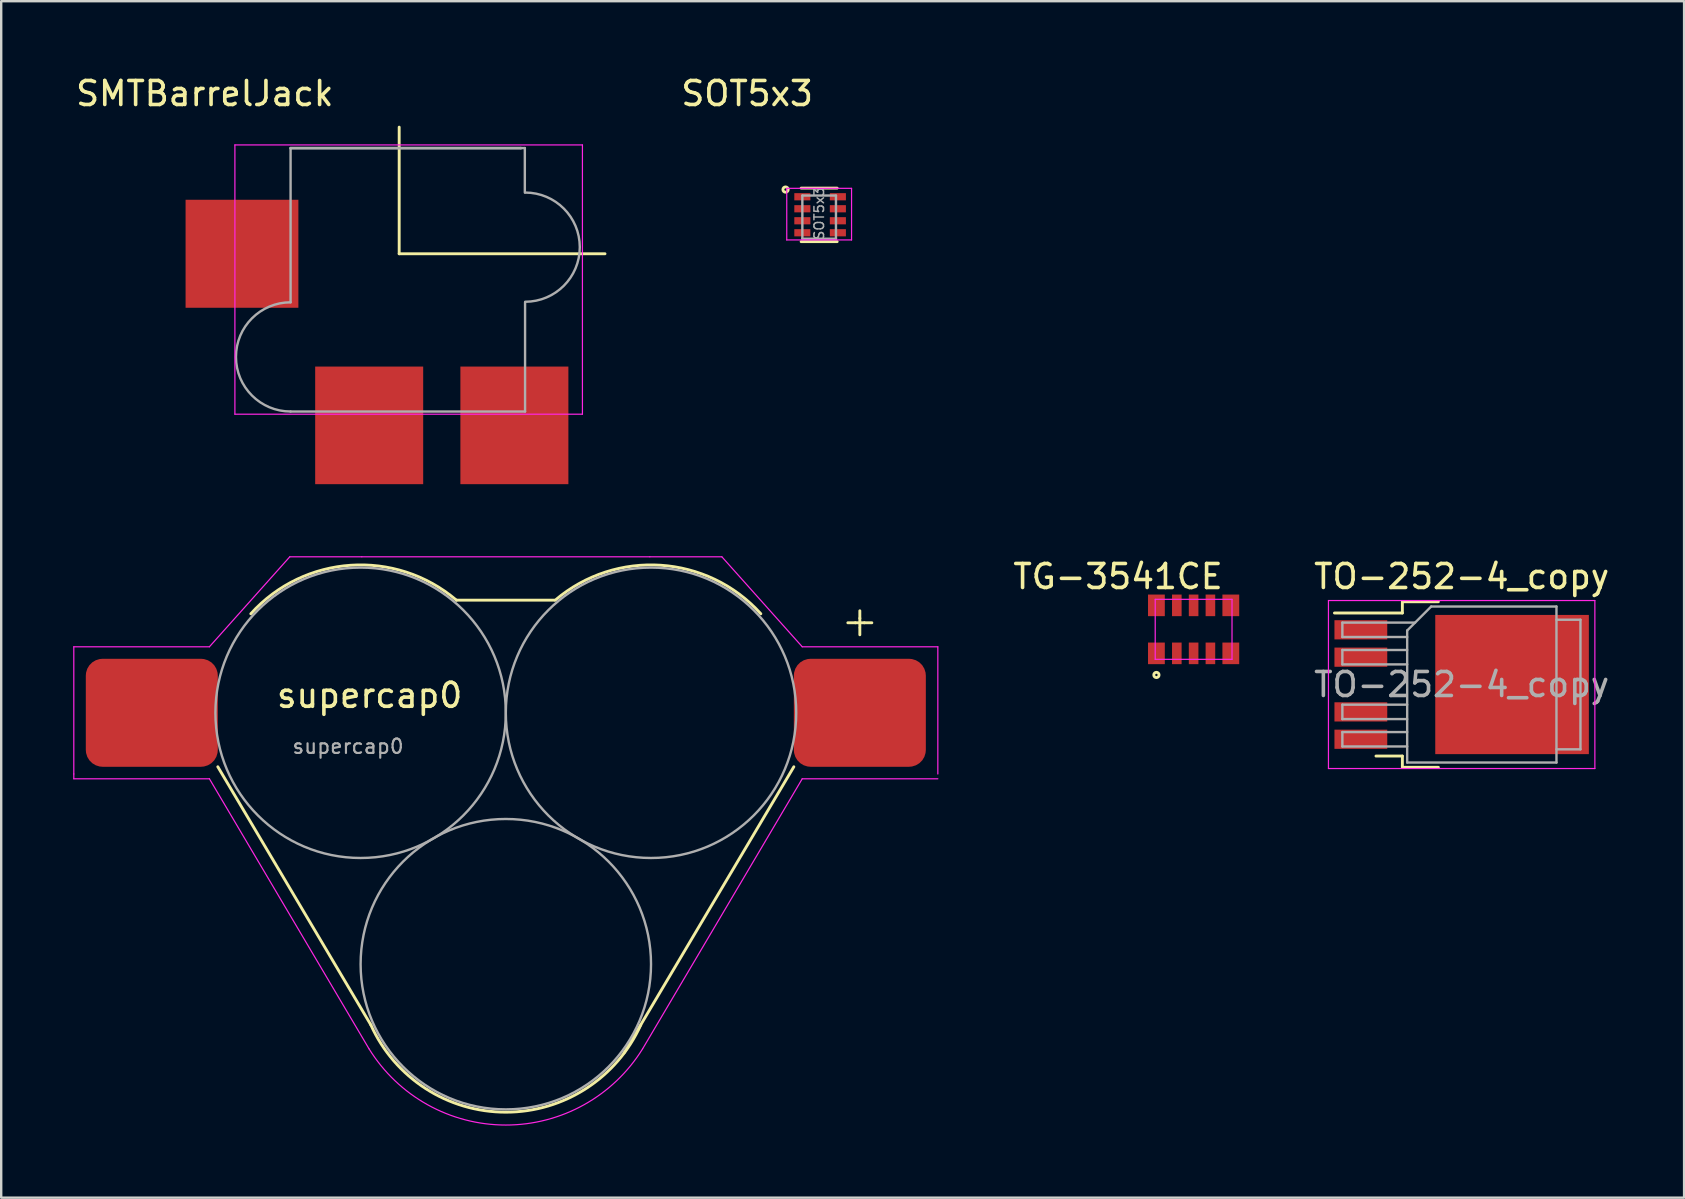
<source format=kicad_pcb>
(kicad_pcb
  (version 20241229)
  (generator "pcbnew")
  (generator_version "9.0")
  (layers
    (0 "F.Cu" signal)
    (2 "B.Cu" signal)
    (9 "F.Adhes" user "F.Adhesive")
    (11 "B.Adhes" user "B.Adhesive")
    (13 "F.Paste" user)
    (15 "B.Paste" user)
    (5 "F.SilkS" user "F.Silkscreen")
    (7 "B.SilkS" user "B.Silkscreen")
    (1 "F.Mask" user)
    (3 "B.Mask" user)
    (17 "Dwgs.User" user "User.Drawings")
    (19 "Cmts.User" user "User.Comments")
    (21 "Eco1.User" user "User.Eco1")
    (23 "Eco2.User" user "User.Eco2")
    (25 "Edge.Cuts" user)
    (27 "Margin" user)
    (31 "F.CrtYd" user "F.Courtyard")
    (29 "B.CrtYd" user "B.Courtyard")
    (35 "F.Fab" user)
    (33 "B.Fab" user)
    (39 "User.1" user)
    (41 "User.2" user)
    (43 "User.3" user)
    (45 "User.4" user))
  (footprint "SOT5x3"
    (layer "F.Cu")
    (at 31.08 5.848)
    (property "Reference" "SOT5x3" (at -3 -5 0) (layer "F.SilkS") (effects (font (size 1 1) (thickness 0.15))))
    (attr smd)
    (fp_line (start -0.75 -1.06) (end 0.75 -1.06) (stroke (width 0.12) (type solid)) (layer "F.SilkS"))
    (fp_line (start 0.75 1.17) (end -0.75 1.17) (stroke (width 0.12) (type solid)) (layer "F.SilkS"))
    (fp_circle (center -1.4 -1) (end -1.35 -1) (stroke (width 0.12) (type solid)) (fill no) (layer "F.SilkS"))
    (fp_line (start -1.35 -1.05) (end -1.35 1.1) (stroke (width 0.05) (type solid)) (layer "F.CrtYd"))
    (fp_line (start -1.35 -1.05) (end 1.35 -1.05) (stroke (width 0.05) (type solid)) (layer "F.CrtYd"))
    (fp_line (start 1.35 1.1) (end -1.35 1.1) (stroke (width 0.05) (type solid)) (layer "F.CrtYd"))
    (fp_line (start 1.35 1.1) (end 1.35 -1.05) (stroke (width 0.05) (type solid)) (layer "F.CrtYd"))
    (fp_line (start -0.7 -0.75) (end -0.7 1.05) (stroke (width 0.1) (type solid)) (layer "F.Fab"))
    (fp_line (start -0.7 1.05) (end 0.7 1.05) (stroke (width 0.1) (type solid)) (layer "F.Fab"))
    (fp_line (start 0.7 -0.75) (end -0.7 -0.75) (stroke (width 0.1) (type solid)) (layer "F.Fab"))
    (fp_line (start 0.7 1.05) (end 0.7 -0.75) (stroke (width 0.1) (type solid)) (layer "F.Fab"))
    (fp_text user "${REFERENCE}" (at 0 0 90) (layer "F.Fab") (effects (font (size 0.4 0.4) (thickness 0.062))))
    (pad "1" smd rect (at -0.7 -0.7) (size 0.67 0.3) (layers "F.Cu" "F.Mask" "F.Paste"))
    (pad "2" smd rect (at -0.7 -0.2) (size 0.67 0.3) (layers "F.Cu" "F.Mask" "F.Paste"))
    (pad "3" smd rect (at -0.7 0.3) (size 0.67 0.3) (layers "F.Cu" "F.Mask" "F.Paste"))
    (pad "4" smd rect (at -0.7 0.8) (size 0.67 0.3) (layers "F.Cu" "F.Mask" "F.Paste"))
    (pad "5" smd rect (at 0.78 0.8) (size 0.67 0.3) (layers "F.Cu" "F.Mask" "F.Paste"))
    (pad "6" smd rect (at 0.78 0.3) (size 0.67 0.3) (layers "F.Cu" "F.Mask" "F.Paste"))
    (pad "7" smd rect (at 0.78 -0.2) (size 0.67 0.3) (layers "F.Cu" "F.Mask" "F.Paste"))
    (pad "8" smd rect (at 0.78 -0.7) (size 0.67 0.3) (layers "F.Cu" "F.Mask" "F.Paste")))
  (footprint "supercap0"
    (layer "F.Cu")
    (at 18.025 26.648)
    (property "Reference" "supercap0" (at -5.675 -0.725 0) (layer "F.SilkS") (effects (font (size 1 1) (thickness 0.15))))
    (attr smd)
    (fp_line (start -5.621 13.008) (end -12 2.25) (stroke (width 0.12) (type solid)) (layer "F.SilkS"))
    (fp_line (start -2.058 -4.691) (end 2.025 -4.691) (stroke (width 0.12) (type solid)) (layer "F.SilkS"))
    (fp_line (start 4.925 14.175) (end 12 2.25) (stroke (width 0.12) (type solid)) (layer "F.SilkS"))
    (fp_line (start 14.562 -3.75) (end 14.25 -3.75) (stroke (width 0.12) (type solid)) (layer "F.SilkS"))
    (fp_line (start 14.562 -3.75) (end 14.938 -3.75) (stroke (width 0.12) (type solid)) (layer "F.SilkS"))
    (fp_line (start 14.75 -3.938) (end 14.75 -4.25) (stroke (width 0.12) (type solid)) (layer "F.SilkS"))
    (fp_line (start 14.75 -3.938) (end 14.75 -3.562) (stroke (width 0.12) (type solid)) (layer "F.SilkS"))
    (fp_line (start 14.75 -3.525) (end 14.75 -3.25) (stroke (width 0.12) (type solid)) (layer "F.SilkS"))
    (fp_line (start 14.938 -3.75) (end 15.25 -3.75) (stroke (width 0.12) (type solid)) (layer "F.SilkS"))
    (fp_arc (start -10.624999 -4.124999) (mid -6.456161 -6.146647) (end -2.057556 -4.691122) (stroke (width 0.12) (type solid)) (layer "F.SilkS"))
    (fp_arc (start 2.057556 -4.691122) (mid 6.456161 -6.146647) (end 10.624999 -4.124999) (stroke (width 0.12) (type solid)) (layer "F.SilkS"))
    (fp_arc (start 5.624999 13) (mid 0.004499 16.640729) (end -5.621308 13.008207) (stroke (width 0.12) (type solid)) (layer "F.SilkS"))
    (fp_line (start -18 -2.75) (end -18 2.55) (stroke (width 0.05) (type solid)) (layer "F.CrtYd"))
    (fp_line (start -18 -2.75) (end -12.35 -2.75) (stroke (width 0.05) (type solid)) (layer "F.CrtYd"))
    (fp_line (start -18 2.55) (end -18 2.75) (stroke (width 0.05) (type solid)) (layer "F.CrtYd"))
    (fp_line (start -18 2.75) (end -12.35 2.75) (stroke (width 0.05) (type solid)) (layer "F.CrtYd"))
    (fp_line (start -12.35 -2.75) (end -9 -6.5) (stroke (width 0.05) (type solid)) (layer "F.CrtYd"))
    (fp_line (start -12.35 2.75) (end -5.7 14) (stroke (width 0.05) (type solid)) (layer "F.CrtYd"))
    (fp_line (start -9 -6.5) (end -6 -6.5) (stroke (width 0.05) (type solid)) (layer "F.CrtYd"))
    (fp_line (start -6 -6.5) (end 6 -6.5) (stroke (width 0.05) (type solid)) (layer "F.CrtYd"))
    (fp_line (start 9 -6.5) (end 6 -6.5) (stroke (width 0.05) (type solid)) (layer "F.CrtYd"))
    (fp_line (start 12.35 -2.75) (end 9 -6.5) (stroke (width 0.05) (type solid)) (layer "F.CrtYd"))
    (fp_line (start 12.35 2.75) (end 5.7 14) (stroke (width 0.05) (type solid)) (layer "F.CrtYd"))
    (fp_line (start 18 -2.75) (end 12.35 -2.75) (stroke (width 0.05) (type solid)) (layer "F.CrtYd"))
    (fp_line (start 18 -2.75) (end 18 2.55) (stroke (width 0.05) (type solid)) (layer "F.CrtYd"))
    (fp_line (start 18 2.75) (end 12.35 2.75) (stroke (width 0.05) (type solid)) (layer "F.CrtYd"))
    (fp_arc (start 5.7 14) (mid 0 17.176912) (end -5.7 14) (stroke (width 0.05) (type solid)) (layer "F.CrtYd"))
    (fp_circle (center -6.05 0) (end 0 0) (stroke (width 0.1) (type solid)) (fill no) (layer "F.Fab"))
    (fp_circle (center 0 10.475) (end 6.05 10.475) (stroke (width 0.1) (type solid)) (fill no) (layer "F.Fab"))
    (fp_circle (center 6.05 0) (end 0 0) (stroke (width 0.1) (type solid)) (fill no) (layer "F.Fab"))
    (fp_text user "${REFERENCE}" (at -6.575 1.4 0) (layer "F.Fab") (effects (font (size 0.6 0.6) (thickness 0.09))))
    (pad "1" smd roundrect (at 14.75 0) (size 5.5 4.5) (layers "F.Cu" "F.Mask" "F.Paste") (roundrect_rratio 0.156))
    (pad "2" smd roundrect (at -14.75 0) (size 5.5 4.5) (layers "F.Cu" "F.Mask" "F.Paste") (roundrect_rratio 0.156)))
  (footprint "TO-252-4_copy"
    (layer "F.Cu")
    (at 57.85 25.471)
    (property "Reference" "TO-252-4_copy" (at 0 -4.5 0) (layer "F.SilkS") (effects (font (size 1 1) (thickness 0.15))))
    (attr smd)
    (fp_line (start -2.47 -3.45) (end -2.47 -2.98) (stroke (width 0.12) (type solid)) (layer "F.SilkS"))
    (fp_line (start -2.47 -2.98) (end -5.3 -2.98) (stroke (width 0.12) (type solid)) (layer "F.SilkS"))
    (fp_line (start -2.47 2.98) (end -3.57 2.98) (stroke (width 0.12) (type solid)) (layer "F.SilkS"))
    (fp_line (start -2.47 3.45) (end -2.47 2.98) (stroke (width 0.12) (type solid)) (layer "F.SilkS"))
    (fp_line (start -0.97 -3.45) (end -2.47 -3.45) (stroke (width 0.12) (type solid)) (layer "F.SilkS"))
    (fp_line (start -0.97 3.45) (end -2.47 3.45) (stroke (width 0.12) (type solid)) (layer "F.SilkS"))
    (fp_line (start -5.55 -3.5) (end -5.55 3.5) (stroke (width 0.05) (type solid)) (layer "F.CrtYd"))
    (fp_line (start -5.55 3.5) (end 5.55 3.5) (stroke (width 0.05) (type solid)) (layer "F.CrtYd"))
    (fp_line (start 5.55 -3.5) (end -5.55 -3.5) (stroke (width 0.05) (type solid)) (layer "F.CrtYd"))
    (fp_line (start 5.55 3.5) (end 5.55 -3.5) (stroke (width 0.05) (type solid)) (layer "F.CrtYd"))
    (fp_line (start -4.97 -2.58) (end -4.97 -1.98) (stroke (width 0.1) (type solid)) (layer "F.Fab"))
    (fp_line (start -4.97 -1.98) (end -2.27 -1.98) (stroke (width 0.1) (type solid)) (layer "F.Fab"))
    (fp_line (start -4.97 -1.44) (end -4.97 -0.84) (stroke (width 0.1) (type solid)) (layer "F.Fab"))
    (fp_line (start -4.97 -0.84) (end -2.27 -0.84) (stroke (width 0.1) (type solid)) (layer "F.Fab"))
    (fp_line (start -4.97 0.84) (end -4.97 1.44) (stroke (width 0.1) (type solid)) (layer "F.Fab"))
    (fp_line (start -4.97 1.44) (end -2.27 1.44) (stroke (width 0.1) (type solid)) (layer "F.Fab"))
    (fp_line (start -4.97 1.98) (end -4.97 2.58) (stroke (width 0.1) (type solid)) (layer "F.Fab"))
    (fp_line (start -4.97 2.58) (end -2.27 2.58) (stroke (width 0.1) (type solid)) (layer "F.Fab"))
    (fp_line (start -2.27 -2.25) (end -1.27 -3.25) (stroke (width 0.1) (type solid)) (layer "F.Fab"))
    (fp_line (start -2.27 -1.44) (end -4.97 -1.44) (stroke (width 0.1) (type solid)) (layer "F.Fab"))
    (fp_line (start -2.27 0.84) (end -4.97 0.84) (stroke (width 0.1) (type solid)) (layer "F.Fab"))
    (fp_line (start -2.27 1.98) (end -4.97 1.98) (stroke (width 0.1) (type solid)) (layer "F.Fab"))
    (fp_line (start -2.27 3.25) (end -2.27 -2.25) (stroke (width 0.1) (type solid)) (layer "F.Fab"))
    (fp_line (start -1.94 -2.58) (end -4.97 -2.58) (stroke (width 0.1) (type solid)) (layer "F.Fab"))
    (fp_line (start -1.27 -3.25) (end 3.95 -3.25) (stroke (width 0.1) (type solid)) (layer "F.Fab"))
    (fp_line (start 3.95 -3.25) (end 3.95 3.25) (stroke (width 0.1) (type solid)) (layer "F.Fab"))
    (fp_line (start 3.95 -2.7) (end 4.95 -2.7) (stroke (width 0.1) (type solid)) (layer "F.Fab"))
    (fp_line (start 3.95 3.25) (end -2.27 3.25) (stroke (width 0.1) (type solid)) (layer "F.Fab"))
    (fp_line (start 4.95 -2.7) (end 4.95 2.7) (stroke (width 0.1) (type solid)) (layer "F.Fab"))
    (fp_line (start 4.95 2.7) (end 3.95 2.7) (stroke (width 0.1) (type solid)) (layer "F.Fab"))
    (fp_text user "${REFERENCE}" (at 0 0 0) (layer "F.Fab") (effects (font (size 1 1) (thickness 0.15))))
    (pad "" smd rect (at 0.425 -1.525) (size 3.05 2.75) (layers "F.Paste"))
    (pad "" smd rect (at 0.425 1.525) (size 3.05 2.75) (layers "F.Paste"))
    (pad "" smd rect (at 3.775 -1.525) (size 3.05 2.75) (layers "F.Paste"))
    (pad "" smd rect (at 3.775 1.525) (size 3.05 2.75) (layers "F.Paste"))
    (pad "1" smd rect (at -4.2 -2.28) (size 2.2 0.8) (layers "F.Cu" "F.Mask" "F.Paste"))
    (pad "2" smd rect (at -4.2 -1.14) (size 2.2 0.8) (layers "F.Cu" "F.Mask" "F.Paste"))
    (pad "3" smd rect (at 2.1 0) (size 6.4 5.8) (layers "F.Cu" "F.Mask"))
    (pad "4" smd rect (at -4.2 1.14) (size 2.2 0.8) (layers "F.Cu" "F.Mask" "F.Paste"))
    (pad "5" smd rect (at -4.2 2.28) (size 2.2 0.8) (layers "F.Cu" "F.Mask" "F.Paste")))
  (footprint "TG-3541CE"
    (layer "F.Cu")
    (at 46.682 23.172)
    (property "Reference" "TG-3541CE" (at -3.15 -2.2 180) (layer "F.SilkS") (effects (font (size 1 1) (thickness 0.15))))
    (attr through_hole)
    (fp_circle (center -1.55 1.9) (end -1.5 1.9) (stroke (width 0.12) (type solid)) (fill no) (layer "F.SilkS"))
    (fp_line (start -1.6 -1.25) (end 1.6 -1.25) (stroke (width 0.05) (type solid)) (layer "F.CrtYd"))
    (fp_line (start -1.6 1.25) (end -1.6 -1.25) (stroke (width 0.05) (type solid)) (layer "F.CrtYd"))
    (fp_line (start 1.6 -1.25) (end 1.6 1.25) (stroke (width 0.05) (type solid)) (layer "F.CrtYd"))
    (fp_line (start 1.6 1.25) (end -1.6 1.25) (stroke (width 0.05) (type solid)) (layer "F.CrtYd"))
    (pad "1" smd rect (at -1.55 1) (size 0.7 0.9) (layers "F.Cu" "F.Mask" "F.Paste"))
    (pad "2" smd rect (at -0.7 1) (size 0.4 0.9) (layers "F.Cu" "F.Mask" "F.Paste"))
    (pad "3" smd rect (at 0 1) (size 0.4 0.9) (layers "F.Cu" "F.Mask" "F.Paste"))
    (pad "4" smd rect (at 0.7 1) (size 0.4 0.9) (layers "F.Cu" "F.Mask" "F.Paste"))
    (pad "5" smd rect (at 1.55 1) (size 0.7 0.9) (layers "F.Cu" "F.Mask" "F.Paste"))
    (pad "6" smd rect (at 1.55 -1) (size 0.7 0.9) (layers "F.Cu" "F.Mask" "F.Paste"))
    (pad "7" smd rect (at 0.7 -1) (size 0.4 0.9) (layers "F.Cu" "F.Mask" "F.Paste"))
    (pad "8" smd rect (at 0 -1) (size 0.4 0.9) (layers "F.Cu" "F.Mask" "F.Paste"))
    (pad "9" smd rect (at -0.7 -1) (size 0.4 0.9) (layers "F.Cu" "F.Mask" "F.Paste"))
    (pad "10" smd rect (at -1.55 -1) (size 0.7 0.9) (layers "F.Cu" "F.Mask" "F.Paste")))
  (footprint "SMTBarrelJack"
    (layer "F.Cu")
    (at 12.657 10.248)
    (property "Reference" "SMTBarrelJack" (at -7.175 -9.4 0) (layer "F.SilkS") (effects (font (size 1 1) (thickness 0.15))))
    (attr smd)
    (fp_line (start 0.925 -2.725) (end 0.925 -8) (stroke (width 0.12) (type solid)) (layer "F.SilkS"))
    (fp_line (start 0.925 -2.725) (end 9.5 -2.725) (stroke (width 0.12) (type solid)) (layer "F.SilkS"))
    (fp_line (start -5.92 -7.26) (end -5.92 3.96) (stroke (width 0.05) (type solid)) (layer "F.CrtYd"))
    (fp_line (start -5.92 3.96) (end 8.56 3.96) (stroke (width 0.05) (type solid)) (layer "F.CrtYd"))
    (fp_line (start 8.56 -7.26) (end -5.92 -7.26) (stroke (width 0.05) (type solid)) (layer "F.CrtYd"))
    (fp_line (start 8.56 3.96) (end 8.56 -7.26) (stroke (width 0.05) (type solid)) (layer "F.CrtYd"))
    (fp_line (start -3.6 -7.125) (end -3.6 -0.702) (stroke (width 0.1) (type solid)) (layer "F.Fab"))
    (fp_line (start -3.6 -7.125) (end 5.99 -7.125) (stroke (width 0.12) (type solid)) (layer "F.Fab"))
    (fp_line (start -3.6 3.848) (end 6.17 3.848) (stroke (width 0.1) (type solid)) (layer "F.Fab"))
    (fp_line (start 5.99 -7.13) (end 6.16 -7.13) (stroke (width 0.1) (type solid)) (layer "F.Fab"))
    (fp_line (start 6.16 -5.275) (end 6.16 -7.13) (stroke (width 0.1) (type solid)) (layer "F.Fab"))
    (fp_line (start 6.17 3.848) (end 6.17 -0.702) (stroke (width 0.1) (type solid)) (layer "F.Fab"))
    (fp_arc (start -3.6 3.847828) (mid -5.875 1.572828) (end -3.6 -0.702172) (stroke (width 0.1) (type solid)) (layer "F.Fab"))
    (fp_arc (start 6.175 -5.275) (mid 8.45 -3) (end 6.175 -0.725) (stroke (width 0.1) (type solid)) (layer "F.Fab"))
    (fp_line (start 0.925 -2.725) (end 0.65 -2.725) (stroke (width 0.12) (type solid)) (layer "User.1"))
    (fp_line (start 0.925 -2.725) (end 0.925 -3) (stroke (width 0.12) (type solid)) (layer "User.1"))
    (fp_line (start 0.925 -2.45) (end 0.925 -2.725) (stroke (width 0.12) (type solid)) (layer "User.1"))
    (fp_line (start 1.2 -2.725) (end 0.925 -2.725) (stroke (width 0.12) (type solid)) (layer "User.1"))
    (fp_circle (center 0.925 -2.725) (end 1.699 -2.725) (stroke (width 0.12) (type solid)) (fill no) (layer "User.1"))
    (pad "1" smd rect (at -5.625 -2.725) (size 4.7 4.5) (layers "F.Cu" "F.Mask" "F.Paste"))
    (pad "2" smd rect (at -0.325 4.425) (size 4.5 4.9) (layers "F.Cu" "F.Mask" "F.Paste"))
    (pad "3" smd rect (at 5.725 4.425) (size 4.5 4.9) (layers "F.Cu" "F.Mask" "F.Paste")))
  (gr_rect
    (start -3 -3)
    (end 67.118 46.85)
    (stroke (width 0.1) (type default))
    (fill no)
    (layer "Edge.Cuts")))
</source>
